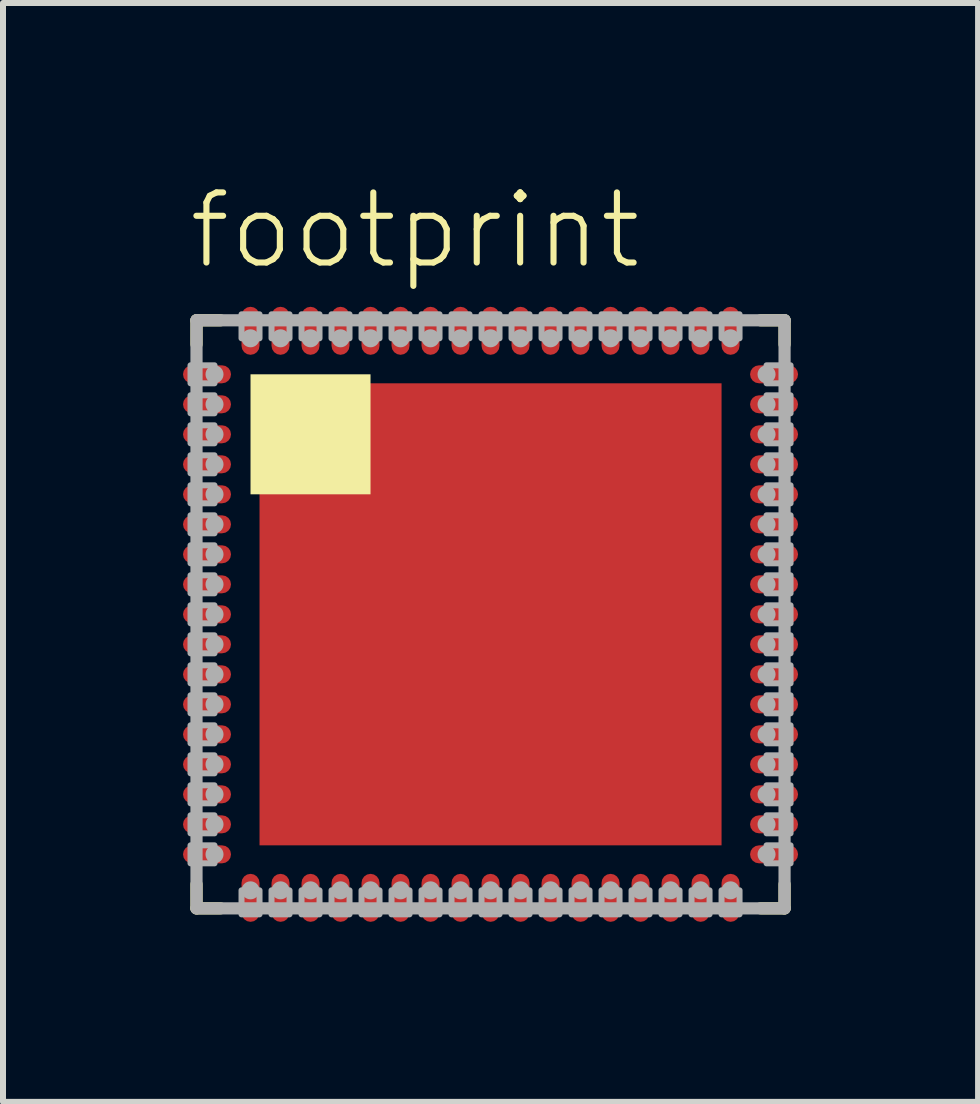
<source format=kicad_pcb>
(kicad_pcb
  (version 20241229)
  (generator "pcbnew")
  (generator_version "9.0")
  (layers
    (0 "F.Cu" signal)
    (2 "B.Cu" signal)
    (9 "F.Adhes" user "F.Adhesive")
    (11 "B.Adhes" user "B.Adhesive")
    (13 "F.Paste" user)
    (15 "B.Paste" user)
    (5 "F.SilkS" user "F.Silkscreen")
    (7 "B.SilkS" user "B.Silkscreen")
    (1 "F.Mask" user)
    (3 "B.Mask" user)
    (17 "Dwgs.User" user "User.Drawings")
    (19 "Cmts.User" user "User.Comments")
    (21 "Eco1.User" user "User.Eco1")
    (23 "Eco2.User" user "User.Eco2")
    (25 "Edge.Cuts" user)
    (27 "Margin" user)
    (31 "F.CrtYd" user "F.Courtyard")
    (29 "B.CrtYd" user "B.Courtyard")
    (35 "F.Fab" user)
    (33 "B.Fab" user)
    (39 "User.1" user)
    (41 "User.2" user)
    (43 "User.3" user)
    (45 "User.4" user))
  (footprint "footprint"
    (layer "F.Cu")
    (at 5.125 7.188)
    (property "Reference" "footprint" (at -5.08 -5.715 0) (layer "F.SilkS") (effects (font (size 1.168 1.168) (thickness 0.102)) (justify left bottom)))
    (fp_line (start -4.9 -4.9) (end -4.5 -4.9) (stroke (width 0.203) (type solid)) (layer "F.SilkS"))
    (fp_line (start -4.9 -4.5) (end -4.9 -4.9) (stroke (width 0.203) (type solid)) (layer "F.SilkS"))
    (fp_line (start -4.9 4.9) (end -4.9 4.5) (stroke (width 0.203) (type solid)) (layer "F.SilkS"))
    (fp_line (start -4.5 4.9) (end -4.9 4.9) (stroke (width 0.203) (type solid)) (layer "F.SilkS"))
    (fp_line (start 4.5 -4.9) (end 4.9 -4.9) (stroke (width 0.203) (type solid)) (layer "F.SilkS"))
    (fp_line (start 4.9 -4.9) (end 4.9 -4.5) (stroke (width 0.203) (type solid)) (layer "F.SilkS"))
    (fp_line (start 4.9 4.5) (end 4.9 4.9) (stroke (width 0.203) (type solid)) (layer "F.SilkS"))
    (fp_line (start 4.9 4.9) (end 4.5 4.9) (stroke (width 0.203) (type solid)) (layer "F.SilkS"))
    (fp_poly (pts (xy -4 -2) (xy -2 -2) (xy -2 -4) (xy -4 -4)) (stroke (width 0) (type solid)) (fill yes) (layer "F.SilkS"))
    (fp_line (start -4.9 -4.9) (end 4.9 -4.9) (stroke (width 0.203) (type solid)) (layer "F.Fab"))
    (fp_line (start -4.9 4.9) (end -4.9 -4.9) (stroke (width 0.203) (type solid)) (layer "F.Fab"))
    (fp_line (start 4.9 -4.9) (end 4.9 4.9) (stroke (width 0.203) (type solid)) (layer "F.Fab"))
    (fp_line (start 4.9 4.9) (end -4.9 4.9) (stroke (width 0.203) (type solid)) (layer "F.Fab"))
    (fp_circle (center -4.6 -4) (end -4.525 -4) (stroke (width 0.15) (type solid)) (fill no) (layer "F.Fab"))
    (fp_circle (center -4.6 -3.5) (end -4.525 -3.5) (stroke (width 0.15) (type solid)) (fill no) (layer "F.Fab"))
    (fp_circle (center -4.6 -3) (end -4.525 -3) (stroke (width 0.15) (type solid)) (fill no) (layer "F.Fab"))
    (fp_circle (center -4.6 -2.5) (end -4.525 -2.5) (stroke (width 0.15) (type solid)) (fill no) (layer "F.Fab"))
    (fp_circle (center -4.6 -2) (end -4.525 -2) (stroke (width 0.15) (type solid)) (fill no) (layer "F.Fab"))
    (fp_circle (center -4.6 -1.5) (end -4.525 -1.5) (stroke (width 0.15) (type solid)) (fill no) (layer "F.Fab"))
    (fp_circle (center -4.6 -1) (end -4.525 -1) (stroke (width 0.15) (type solid)) (fill no) (layer "F.Fab"))
    (fp_circle (center -4.6 -0.5) (end -4.525 -0.5) (stroke (width 0.15) (type solid)) (fill no) (layer "F.Fab"))
    (fp_circle (center -4.6 0) (end -4.525 0) (stroke (width 0.15) (type solid)) (fill no) (layer "F.Fab"))
    (fp_circle (center -4.6 0.5) (end -4.525 0.5) (stroke (width 0.15) (type solid)) (fill no) (layer "F.Fab"))
    (fp_circle (center -4.6 1) (end -4.525 1) (stroke (width 0.15) (type solid)) (fill no) (layer "F.Fab"))
    (fp_circle (center -4.6 1.5) (end -4.525 1.5) (stroke (width 0.15) (type solid)) (fill no) (layer "F.Fab"))
    (fp_circle (center -4.6 2) (end -4.525 2) (stroke (width 0.15) (type solid)) (fill no) (layer "F.Fab"))
    (fp_circle (center -4.6 2.5) (end -4.525 2.5) (stroke (width 0.15) (type solid)) (fill no) (layer "F.Fab"))
    (fp_circle (center -4.6 3) (end -4.525 3) (stroke (width 0.15) (type solid)) (fill no) (layer "F.Fab"))
    (fp_circle (center -4.6 3.5) (end -4.525 3.5) (stroke (width 0.15) (type solid)) (fill no) (layer "F.Fab"))
    (fp_circle (center -4.6 4) (end -4.525 4) (stroke (width 0.15) (type solid)) (fill no) (layer "F.Fab"))
    (fp_circle (center -4 -4.6) (end -3.925 -4.6) (stroke (width 0.15) (type solid)) (fill no) (layer "F.Fab"))
    (fp_circle (center -4 4.6) (end -3.925 4.6) (stroke (width 0.15) (type solid)) (fill no) (layer "F.Fab"))
    (fp_circle (center -3.5 -4.6) (end -3.425 -4.6) (stroke (width 0.15) (type solid)) (fill no) (layer "F.Fab"))
    (fp_circle (center -3.5 4.6) (end -3.425 4.6) (stroke (width 0.15) (type solid)) (fill no) (layer "F.Fab"))
    (fp_circle (center -3 -4.6) (end -2.925 -4.6) (stroke (width 0.15) (type solid)) (fill no) (layer "F.Fab"))
    (fp_circle (center -3 4.6) (end -2.925 4.6) (stroke (width 0.15) (type solid)) (fill no) (layer "F.Fab"))
    (fp_circle (center -2.5 -4.6) (end -2.425 -4.6) (stroke (width 0.15) (type solid)) (fill no) (layer "F.Fab"))
    (fp_circle (center -2.5 4.6) (end -2.425 4.6) (stroke (width 0.15) (type solid)) (fill no) (layer "F.Fab"))
    (fp_circle (center -2 -4.6) (end -1.925 -4.6) (stroke (width 0.15) (type solid)) (fill no) (layer "F.Fab"))
    (fp_circle (center -2 4.6) (end -1.925 4.6) (stroke (width 0.15) (type solid)) (fill no) (layer "F.Fab"))
    (fp_circle (center -1.5 -4.6) (end -1.425 -4.6) (stroke (width 0.15) (type solid)) (fill no) (layer "F.Fab"))
    (fp_circle (center -1.5 4.6) (end -1.425 4.6) (stroke (width 0.15) (type solid)) (fill no) (layer "F.Fab"))
    (fp_circle (center -1 -4.6) (end -0.925 -4.6) (stroke (width 0.15) (type solid)) (fill no) (layer "F.Fab"))
    (fp_circle (center -1 4.6) (end -0.925 4.6) (stroke (width 0.15) (type solid)) (fill no) (layer "F.Fab"))
    (fp_circle (center -0.5 -4.6) (end -0.425 -4.6) (stroke (width 0.15) (type solid)) (fill no) (layer "F.Fab"))
    (fp_circle (center -0.5 4.6) (end -0.425 4.6) (stroke (width 0.15) (type solid)) (fill no) (layer "F.Fab"))
    (fp_circle (center 0 -4.6) (end 0.075 -4.6) (stroke (width 0.15) (type solid)) (fill no) (layer "F.Fab"))
    (fp_circle (center 0 4.6) (end 0.075 4.6) (stroke (width 0.15) (type solid)) (fill no) (layer "F.Fab"))
    (fp_circle (center 0.5 -4.6) (end 0.575 -4.6) (stroke (width 0.15) (type solid)) (fill no) (layer "F.Fab"))
    (fp_circle (center 0.5 4.6) (end 0.575 4.6) (stroke (width 0.15) (type solid)) (fill no) (layer "F.Fab"))
    (fp_circle (center 1 -4.6) (end 1.075 -4.6) (stroke (width 0.15) (type solid)) (fill no) (layer "F.Fab"))
    (fp_circle (center 1 4.6) (end 1.075 4.6) (stroke (width 0.15) (type solid)) (fill no) (layer "F.Fab"))
    (fp_circle (center 1.5 -4.6) (end 1.575 -4.6) (stroke (width 0.15) (type solid)) (fill no) (layer "F.Fab"))
    (fp_circle (center 1.5 4.6) (end 1.575 4.6) (stroke (width 0.15) (type solid)) (fill no) (layer "F.Fab"))
    (fp_circle (center 2 -4.6) (end 2.075 -4.6) (stroke (width 0.15) (type solid)) (fill no) (layer "F.Fab"))
    (fp_circle (center 2 4.6) (end 2.075 4.6) (stroke (width 0.15) (type solid)) (fill no) (layer "F.Fab"))
    (fp_circle (center 2.5 -4.6) (end 2.575 -4.6) (stroke (width 0.15) (type solid)) (fill no) (layer "F.Fab"))
    (fp_circle (center 2.5 4.6) (end 2.575 4.6) (stroke (width 0.15) (type solid)) (fill no) (layer "F.Fab"))
    (fp_circle (center 3 -4.6) (end 3.075 -4.6) (stroke (width 0.15) (type solid)) (fill no) (layer "F.Fab"))
    (fp_circle (center 3 4.6) (end 3.075 4.6) (stroke (width 0.15) (type solid)) (fill no) (layer "F.Fab"))
    (fp_circle (center 3.5 -4.6) (end 3.575 -4.6) (stroke (width 0.15) (type solid)) (fill no) (layer "F.Fab"))
    (fp_circle (center 3.5 4.6) (end 3.575 4.6) (stroke (width 0.15) (type solid)) (fill no) (layer "F.Fab"))
    (fp_circle (center 4 -4.6) (end 4.075 -4.6) (stroke (width 0.15) (type solid)) (fill no) (layer "F.Fab"))
    (fp_circle (center 4 4.6) (end 4.075 4.6) (stroke (width 0.15) (type solid)) (fill no) (layer "F.Fab"))
    (fp_circle (center 4.6 -4) (end 4.675 -4) (stroke (width 0.15) (type solid)) (fill no) (layer "F.Fab"))
    (fp_circle (center 4.6 -3.5) (end 4.675 -3.5) (stroke (width 0.15) (type solid)) (fill no) (layer "F.Fab"))
    (fp_circle (center 4.6 -3) (end 4.675 -3) (stroke (width 0.15) (type solid)) (fill no) (layer "F.Fab"))
    (fp_circle (center 4.6 -2.5) (end 4.675 -2.5) (stroke (width 0.15) (type solid)) (fill no) (layer "F.Fab"))
    (fp_circle (center 4.6 -2) (end 4.675 -2) (stroke (width 0.15) (type solid)) (fill no) (layer "F.Fab"))
    (fp_circle (center 4.6 -1.5) (end 4.675 -1.5) (stroke (width 0.15) (type solid)) (fill no) (layer "F.Fab"))
    (fp_circle (center 4.6 -1) (end 4.675 -1) (stroke (width 0.15) (type solid)) (fill no) (layer "F.Fab"))
    (fp_circle (center 4.6 -0.5) (end 4.675 -0.5) (stroke (width 0.15) (type solid)) (fill no) (layer "F.Fab"))
    (fp_circle (center 4.6 0) (end 4.675 0) (stroke (width 0.15) (type solid)) (fill no) (layer "F.Fab"))
    (fp_circle (center 4.6 0.5) (end 4.675 0.5) (stroke (width 0.15) (type solid)) (fill no) (layer "F.Fab"))
    (fp_circle (center 4.6 1) (end 4.675 1) (stroke (width 0.15) (type solid)) (fill no) (layer "F.Fab"))
    (fp_circle (center 4.6 1.5) (end 4.675 1.5) (stroke (width 0.15) (type solid)) (fill no) (layer "F.Fab"))
    (fp_circle (center 4.6 2) (end 4.675 2) (stroke (width 0.15) (type solid)) (fill no) (layer "F.Fab"))
    (fp_circle (center 4.6 2.5) (end 4.675 2.5) (stroke (width 0.15) (type solid)) (fill no) (layer "F.Fab"))
    (fp_circle (center 4.6 3) (end 4.675 3) (stroke (width 0.15) (type solid)) (fill no) (layer "F.Fab"))
    (fp_circle (center 4.6 3.5) (end 4.675 3.5) (stroke (width 0.15) (type solid)) (fill no) (layer "F.Fab"))
    (fp_circle (center 4.6 4) (end 4.675 4) (stroke (width 0.15) (type solid)) (fill no) (layer "F.Fab"))
    (fp_poly (pts (xy -5 -3.85) (xy -4.6 -3.85) (xy -4.6 -4.15) (xy -5 -4.15)) (stroke (width 0.1) (type solid)) (fill no) (layer "F.Fab"))
    (fp_poly (pts (xy -5 -3.35) (xy -4.6 -3.35) (xy -4.6 -3.65) (xy -5 -3.65)) (stroke (width 0.1) (type solid)) (fill no) (layer "F.Fab"))
    (fp_poly (pts (xy -5 -2.85) (xy -4.6 -2.85) (xy -4.6 -3.15) (xy -5 -3.15)) (stroke (width 0.1) (type solid)) (fill no) (layer "F.Fab"))
    (fp_poly (pts (xy -5 -2.35) (xy -4.6 -2.35) (xy -4.6 -2.65) (xy -5 -2.65)) (stroke (width 0.1) (type solid)) (fill no) (layer "F.Fab"))
    (fp_poly (pts (xy -5 -1.85) (xy -4.6 -1.85) (xy -4.6 -2.15) (xy -5 -2.15)) (stroke (width 0.1) (type solid)) (fill no) (layer "F.Fab"))
    (fp_poly (pts (xy -5 -1.35) (xy -4.6 -1.35) (xy -4.6 -1.65) (xy -5 -1.65)) (stroke (width 0.1) (type solid)) (fill no) (layer "F.Fab"))
    (fp_poly (pts (xy -5 -0.85) (xy -4.6 -0.85) (xy -4.6 -1.15) (xy -5 -1.15)) (stroke (width 0.1) (type solid)) (fill no) (layer "F.Fab"))
    (fp_poly (pts (xy -5 -0.35) (xy -4.6 -0.35) (xy -4.6 -0.65) (xy -5 -0.65)) (stroke (width 0.1) (type solid)) (fill no) (layer "F.Fab"))
    (fp_poly (pts (xy -5 0.15) (xy -4.6 0.15) (xy -4.6 -0.15) (xy -5 -0.15)) (stroke (width 0.1) (type solid)) (fill no) (layer "F.Fab"))
    (fp_poly (pts (xy -5 0.65) (xy -4.6 0.65) (xy -4.6 0.35) (xy -5 0.35)) (stroke (width 0.1) (type solid)) (fill no) (layer "F.Fab"))
    (fp_poly (pts (xy -5 1.15) (xy -4.6 1.15) (xy -4.6 0.85) (xy -5 0.85)) (stroke (width 0.1) (type solid)) (fill no) (layer "F.Fab"))
    (fp_poly (pts (xy -5 1.65) (xy -4.6 1.65) (xy -4.6 1.35) (xy -5 1.35)) (stroke (width 0.1) (type solid)) (fill no) (layer "F.Fab"))
    (fp_poly (pts (xy -5 2.15) (xy -4.6 2.15) (xy -4.6 1.85) (xy -5 1.85)) (stroke (width 0.1) (type solid)) (fill no) (layer "F.Fab"))
    (fp_poly (pts (xy -5 2.65) (xy -4.6 2.65) (xy -4.6 2.35) (xy -5 2.35)) (stroke (width 0.1) (type solid)) (fill no) (layer "F.Fab"))
    (fp_poly (pts (xy -5 3.15) (xy -4.6 3.15) (xy -4.6 2.85) (xy -5 2.85)) (stroke (width 0.1) (type solid)) (fill no) (layer "F.Fab"))
    (fp_poly (pts (xy -5 3.65) (xy -4.6 3.65) (xy -4.6 3.35) (xy -5 3.35)) (stroke (width 0.1) (type solid)) (fill no) (layer "F.Fab"))
    (fp_poly (pts (xy -5 4.15) (xy -4.6 4.15) (xy -4.6 3.85) (xy -5 3.85)) (stroke (width 0.1) (type solid)) (fill no) (layer "F.Fab"))
    (fp_poly (pts (xy -4.15 -5) (xy -4.15 -4.6) (xy -3.85 -4.6) (xy -3.85 -5)) (stroke (width 0.1) (type solid)) (fill no) (layer "F.Fab"))
    (fp_poly (pts (xy -3.85 5) (xy -3.85 4.6) (xy -4.15 4.6) (xy -4.15 5)) (stroke (width 0.1) (type solid)) (fill no) (layer "F.Fab"))
    (fp_poly (pts (xy -3.65 -5) (xy -3.65 -4.6) (xy -3.35 -4.6) (xy -3.35 -5)) (stroke (width 0.1) (type solid)) (fill no) (layer "F.Fab"))
    (fp_poly (pts (xy -3.35 5) (xy -3.35 4.6) (xy -3.65 4.6) (xy -3.65 5)) (stroke (width 0.1) (type solid)) (fill no) (layer "F.Fab"))
    (fp_poly (pts (xy -3.15 -5) (xy -3.15 -4.6) (xy -2.85 -4.6) (xy -2.85 -5)) (stroke (width 0.1) (type solid)) (fill no) (layer "F.Fab"))
    (fp_poly (pts (xy -2.85 5) (xy -2.85 4.6) (xy -3.15 4.6) (xy -3.15 5)) (stroke (width 0.1) (type solid)) (fill no) (layer "F.Fab"))
    (fp_poly (pts (xy -2.65 -5) (xy -2.65 -4.6) (xy -2.35 -4.6) (xy -2.35 -5)) (stroke (width 0.1) (type solid)) (fill no) (layer "F.Fab"))
    (fp_poly (pts (xy -2.35 5) (xy -2.35 4.6) (xy -2.65 4.6) (xy -2.65 5)) (stroke (width 0.1) (type solid)) (fill no) (layer "F.Fab"))
    (fp_poly (pts (xy -2.15 -5) (xy -2.15 -4.6) (xy -1.85 -4.6) (xy -1.85 -5)) (stroke (width 0.1) (type solid)) (fill no) (layer "F.Fab"))
    (fp_poly (pts (xy -1.85 5) (xy -1.85 4.6) (xy -2.15 4.6) (xy -2.15 5)) (stroke (width 0.1) (type solid)) (fill no) (layer "F.Fab"))
    (fp_poly (pts (xy -1.65 -5) (xy -1.65 -4.6) (xy -1.35 -4.6) (xy -1.35 -5)) (stroke (width 0.1) (type solid)) (fill no) (layer "F.Fab"))
    (fp_poly (pts (xy -1.35 5) (xy -1.35 4.6) (xy -1.65 4.6) (xy -1.65 5)) (stroke (width 0.1) (type solid)) (fill no) (layer "F.Fab"))
    (fp_poly (pts (xy -1.15 -5) (xy -1.15 -4.6) (xy -0.85 -4.6) (xy -0.85 -5)) (stroke (width 0.1) (type solid)) (fill no) (layer "F.Fab"))
    (fp_poly (pts (xy -0.85 5) (xy -0.85 4.6) (xy -1.15 4.6) (xy -1.15 5)) (stroke (width 0.1) (type solid)) (fill no) (layer "F.Fab"))
    (fp_poly (pts (xy -0.65 -5) (xy -0.65 -4.6) (xy -0.35 -4.6) (xy -0.35 -5)) (stroke (width 0.1) (type solid)) (fill no) (layer "F.Fab"))
    (fp_poly (pts (xy -0.35 5) (xy -0.35 4.6) (xy -0.65 4.6) (xy -0.65 5)) (stroke (width 0.1) (type solid)) (fill no) (layer "F.Fab"))
    (fp_poly (pts (xy -0.15 -5) (xy -0.15 -4.6) (xy 0.15 -4.6) (xy 0.15 -5)) (stroke (width 0.1) (type solid)) (fill no) (layer "F.Fab"))
    (fp_poly (pts (xy 0.15 5) (xy 0.15 4.6) (xy -0.15 4.6) (xy -0.15 5)) (stroke (width 0.1) (type solid)) (fill no) (layer "F.Fab"))
    (fp_poly (pts (xy 0.35 -5) (xy 0.35 -4.6) (xy 0.65 -4.6) (xy 0.65 -5)) (stroke (width 0.1) (type solid)) (fill no) (layer "F.Fab"))
    (fp_poly (pts (xy 0.65 5) (xy 0.65 4.6) (xy 0.35 4.6) (xy 0.35 5)) (stroke (width 0.1) (type solid)) (fill no) (layer "F.Fab"))
    (fp_poly (pts (xy 0.85 -5) (xy 0.85 -4.6) (xy 1.15 -4.6) (xy 1.15 -5)) (stroke (width 0.1) (type solid)) (fill no) (layer "F.Fab"))
    (fp_poly (pts (xy 1.15 5) (xy 1.15 4.6) (xy 0.85 4.6) (xy 0.85 5)) (stroke (width 0.1) (type solid)) (fill no) (layer "F.Fab"))
    (fp_poly (pts (xy 1.35 -5) (xy 1.35 -4.6) (xy 1.65 -4.6) (xy 1.65 -5)) (stroke (width 0.1) (type solid)) (fill no) (layer "F.Fab"))
    (fp_poly (pts (xy 1.65 5) (xy 1.65 4.6) (xy 1.35 4.6) (xy 1.35 5)) (stroke (width 0.1) (type solid)) (fill no) (layer "F.Fab"))
    (fp_poly (pts (xy 1.85 -5) (xy 1.85 -4.6) (xy 2.15 -4.6) (xy 2.15 -5)) (stroke (width 0.1) (type solid)) (fill no) (layer "F.Fab"))
    (fp_poly (pts (xy 2.15 5) (xy 2.15 4.6) (xy 1.85 4.6) (xy 1.85 5)) (stroke (width 0.1) (type solid)) (fill no) (layer "F.Fab"))
    (fp_poly (pts (xy 2.35 -5) (xy 2.35 -4.6) (xy 2.65 -4.6) (xy 2.65 -5)) (stroke (width 0.1) (type solid)) (fill no) (layer "F.Fab"))
    (fp_poly (pts (xy 2.65 5) (xy 2.65 4.6) (xy 2.35 4.6) (xy 2.35 5)) (stroke (width 0.1) (type solid)) (fill no) (layer "F.Fab"))
    (fp_poly (pts (xy 2.85 -5) (xy 2.85 -4.6) (xy 3.15 -4.6) (xy 3.15 -5)) (stroke (width 0.1) (type solid)) (fill no) (layer "F.Fab"))
    (fp_poly (pts (xy 3.15 5) (xy 3.15 4.6) (xy 2.85 4.6) (xy 2.85 5)) (stroke (width 0.1) (type solid)) (fill no) (layer "F.Fab"))
    (fp_poly (pts (xy 3.35 -5) (xy 3.35 -4.6) (xy 3.65 -4.6) (xy 3.65 -5)) (stroke (width 0.1) (type solid)) (fill no) (layer "F.Fab"))
    (fp_poly (pts (xy 3.65 5) (xy 3.65 4.6) (xy 3.35 4.6) (xy 3.35 5)) (stroke (width 0.1) (type solid)) (fill no) (layer "F.Fab"))
    (fp_poly (pts (xy 3.85 -5) (xy 3.85 -4.6) (xy 4.15 -4.6) (xy 4.15 -5)) (stroke (width 0.1) (type solid)) (fill no) (layer "F.Fab"))
    (fp_poly (pts (xy 4.15 5) (xy 4.15 4.6) (xy 3.85 4.6) (xy 3.85 5)) (stroke (width 0.1) (type solid)) (fill no) (layer "F.Fab"))
    (fp_poly (pts (xy 5 -4.15) (xy 4.6 -4.15) (xy 4.6 -3.85) (xy 5 -3.85)) (stroke (width 0.1) (type solid)) (fill no) (layer "F.Fab"))
    (fp_poly (pts (xy 5 -3.65) (xy 4.6 -3.65) (xy 4.6 -3.35) (xy 5 -3.35)) (stroke (width 0.1) (type solid)) (fill no) (layer "F.Fab"))
    (fp_poly (pts (xy 5 -3.15) (xy 4.6 -3.15) (xy 4.6 -2.85) (xy 5 -2.85)) (stroke (width 0.1) (type solid)) (fill no) (layer "F.Fab"))
    (fp_poly (pts (xy 5 -2.65) (xy 4.6 -2.65) (xy 4.6 -2.35) (xy 5 -2.35)) (stroke (width 0.1) (type solid)) (fill no) (layer "F.Fab"))
    (fp_poly (pts (xy 5 -2.15) (xy 4.6 -2.15) (xy 4.6 -1.85) (xy 5 -1.85)) (stroke (width 0.1) (type solid)) (fill no) (layer "F.Fab"))
    (fp_poly (pts (xy 5 -1.65) (xy 4.6 -1.65) (xy 4.6 -1.35) (xy 5 -1.35)) (stroke (width 0.1) (type solid)) (fill no) (layer "F.Fab"))
    (fp_poly (pts (xy 5 -1.15) (xy 4.6 -1.15) (xy 4.6 -0.85) (xy 5 -0.85)) (stroke (width 0.1) (type solid)) (fill no) (layer "F.Fab"))
    (fp_poly (pts (xy 5 -0.65) (xy 4.6 -0.65) (xy 4.6 -0.35) (xy 5 -0.35)) (stroke (width 0.1) (type solid)) (fill no) (layer "F.Fab"))
    (fp_poly (pts (xy 5 -0.15) (xy 4.6 -0.15) (xy 4.6 0.15) (xy 5 0.15)) (stroke (width 0.1) (type solid)) (fill no) (layer "F.Fab"))
    (fp_poly (pts (xy 5 0.35) (xy 4.6 0.35) (xy 4.6 0.65) (xy 5 0.65)) (stroke (width 0.1) (type solid)) (fill no) (layer "F.Fab"))
    (fp_poly (pts (xy 5 0.85) (xy 4.6 0.85) (xy 4.6 1.15) (xy 5 1.15)) (stroke (width 0.1) (type solid)) (fill no) (layer "F.Fab"))
    (fp_poly (pts (xy 5 1.35) (xy 4.6 1.35) (xy 4.6 1.65) (xy 5 1.65)) (stroke (width 0.1) (type solid)) (fill no) (layer "F.Fab"))
    (fp_poly (pts (xy 5 1.85) (xy 4.6 1.85) (xy 4.6 2.15) (xy 5 2.15)) (stroke (width 0.1) (type solid)) (fill no) (layer "F.Fab"))
    (fp_poly (pts (xy 5 2.35) (xy 4.6 2.35) (xy 4.6 2.65) (xy 5 2.65)) (stroke (width 0.1) (type solid)) (fill no) (layer "F.Fab"))
    (fp_poly (pts (xy 5 2.85) (xy 4.6 2.85) (xy 4.6 3.15) (xy 5 3.15)) (stroke (width 0.1) (type solid)) (fill no) (layer "F.Fab"))
    (fp_poly (pts (xy 5 3.35) (xy 4.6 3.35) (xy 4.6 3.65) (xy 5 3.65)) (stroke (width 0.1) (type solid)) (fill no) (layer "F.Fab"))
    (fp_poly (pts (xy 5 3.85) (xy 4.6 3.85) (xy 4.6 4.15) (xy 5 4.15)) (stroke (width 0.1) (type solid)) (fill no) (layer "F.Fab"))
    (pad "1" smd roundrect (at -4.725 -4) (size 0.8 0.3) (layers "F.Cu" "F.Mask" "F.Paste") (roundrect_rratio 0.5))
    (pad "2" smd roundrect (at -4.725 -3.5) (size 0.8 0.3) (layers "F.Cu" "F.Mask" "F.Paste") (roundrect_rratio 0.5))
    (pad "3" smd roundrect (at -4.725 -3) (size 0.8 0.3) (layers "F.Cu" "F.Mask" "F.Paste") (roundrect_rratio 0.5))
    (pad "4" smd roundrect (at -4.725 -2.5) (size 0.8 0.3) (layers "F.Cu" "F.Mask" "F.Paste") (roundrect_rratio 0.5))
    (pad "5" smd roundrect (at -4.725 -2) (size 0.8 0.3) (layers "F.Cu" "F.Mask" "F.Paste") (roundrect_rratio 0.5))
    (pad "6" smd roundrect (at -4.725 -1.5) (size 0.8 0.3) (layers "F.Cu" "F.Mask" "F.Paste") (roundrect_rratio 0.5))
    (pad "7" smd roundrect (at -4.725 -1) (size 0.8 0.3) (layers "F.Cu" "F.Mask" "F.Paste") (roundrect_rratio 0.5))
    (pad "8" smd roundrect (at -4.725 -0.5) (size 0.8 0.3) (layers "F.Cu" "F.Mask" "F.Paste") (roundrect_rratio 0.5))
    (pad "9" smd roundrect (at -4.725 0) (size 0.8 0.3) (layers "F.Cu" "F.Mask" "F.Paste") (roundrect_rratio 0.5))
    (pad "10" smd roundrect (at -4.725 0.5) (size 0.8 0.3) (layers "F.Cu" "F.Mask" "F.Paste") (roundrect_rratio 0.5))
    (pad "11" smd roundrect (at -4.725 1) (size 0.8 0.3) (layers "F.Cu" "F.Mask" "F.Paste") (roundrect_rratio 0.5))
    (pad "12" smd roundrect (at -4.725 1.5) (size 0.8 0.3) (layers "F.Cu" "F.Mask" "F.Paste") (roundrect_rratio 0.5))
    (pad "13" smd roundrect (at -4.725 2) (size 0.8 0.3) (layers "F.Cu" "F.Mask" "F.Paste") (roundrect_rratio 0.5))
    (pad "14" smd roundrect (at -4.725 2.5) (size 0.8 0.3) (layers "F.Cu" "F.Mask" "F.Paste") (roundrect_rratio 0.5))
    (pad "15" smd roundrect (at -4.725 3) (size 0.8 0.3) (layers "F.Cu" "F.Mask" "F.Paste") (roundrect_rratio 0.5))
    (pad "16" smd roundrect (at -4.725 3.5) (size 0.8 0.3) (layers "F.Cu" "F.Mask" "F.Paste") (roundrect_rratio 0.5))
    (pad "17" smd roundrect (at -4.725 4) (size 0.8 0.3) (layers "F.Cu" "F.Mask" "F.Paste") (roundrect_rratio 0.5))
    (pad "18" smd roundrect (at -4 4.725 90) (size 0.8 0.3) (layers "F.Cu" "F.Mask" "F.Paste") (roundrect_rratio 0.5))
    (pad "19" smd roundrect (at -3.5 4.725 90) (size 0.8 0.3) (layers "F.Cu" "F.Mask" "F.Paste") (roundrect_rratio 0.5))
    (pad "20" smd roundrect (at -3 4.725 90) (size 0.8 0.3) (layers "F.Cu" "F.Mask" "F.Paste") (roundrect_rratio 0.5))
    (pad "21" smd roundrect (at -2.5 4.725 90) (size 0.8 0.3) (layers "F.Cu" "F.Mask" "F.Paste") (roundrect_rratio 0.5))
    (pad "22" smd roundrect (at -2 4.725 90) (size 0.8 0.3) (layers "F.Cu" "F.Mask" "F.Paste") (roundrect_rratio 0.5))
    (pad "23" smd roundrect (at -1.5 4.725 90) (size 0.8 0.3) (layers "F.Cu" "F.Mask" "F.Paste") (roundrect_rratio 0.5))
    (pad "24" smd roundrect (at -1 4.725 90) (size 0.8 0.3) (layers "F.Cu" "F.Mask" "F.Paste") (roundrect_rratio 0.5))
    (pad "25" smd roundrect (at -0.5 4.725 90) (size 0.8 0.3) (layers "F.Cu" "F.Mask" "F.Paste") (roundrect_rratio 0.5))
    (pad "26" smd roundrect (at 0 4.725 90) (size 0.8 0.3) (layers "F.Cu" "F.Mask" "F.Paste") (roundrect_rratio 0.5))
    (pad "27" smd roundrect (at 0.5 4.725 90) (size 0.8 0.3) (layers "F.Cu" "F.Mask" "F.Paste") (roundrect_rratio 0.5))
    (pad "28" smd roundrect (at 1 4.725 90) (size 0.8 0.3) (layers "F.Cu" "F.Mask" "F.Paste") (roundrect_rratio 0.5))
    (pad "29" smd roundrect (at 1.5 4.725 90) (size 0.8 0.3) (layers "F.Cu" "F.Mask" "F.Paste") (roundrect_rratio 0.5))
    (pad "30" smd roundrect (at 2 4.725 90) (size 0.8 0.3) (layers "F.Cu" "F.Mask" "F.Paste") (roundrect_rratio 0.5))
    (pad "31" smd roundrect (at 2.5 4.725 90) (size 0.8 0.3) (layers "F.Cu" "F.Mask" "F.Paste") (roundrect_rratio 0.5))
    (pad "32" smd roundrect (at 3 4.725 90) (size 0.8 0.3) (layers "F.Cu" "F.Mask" "F.Paste") (roundrect_rratio 0.5))
    (pad "33" smd roundrect (at 3.5 4.725 90) (size 0.8 0.3) (layers "F.Cu" "F.Mask" "F.Paste") (roundrect_rratio 0.5))
    (pad "34" smd roundrect (at 4 4.725 90) (size 0.8 0.3) (layers "F.Cu" "F.Mask" "F.Paste") (roundrect_rratio 0.5))
    (pad "35" smd roundrect (at 4.725 4 180) (size 0.8 0.3) (layers "F.Cu" "F.Mask" "F.Paste") (roundrect_rratio 0.5))
    (pad "36" smd roundrect (at 4.725 3.5 180) (size 0.8 0.3) (layers "F.Cu" "F.Mask" "F.Paste") (roundrect_rratio 0.5))
    (pad "37" smd roundrect (at 4.725 3 180) (size 0.8 0.3) (layers "F.Cu" "F.Mask" "F.Paste") (roundrect_rratio 0.5))
    (pad "38" smd roundrect (at 4.725 2.5 180) (size 0.8 0.3) (layers "F.Cu" "F.Mask" "F.Paste") (roundrect_rratio 0.5))
    (pad "39" smd roundrect (at 4.725 2 180) (size 0.8 0.3) (layers "F.Cu" "F.Mask" "F.Paste") (roundrect_rratio 0.5))
    (pad "40" smd roundrect (at 4.725 1.5 180) (size 0.8 0.3) (layers "F.Cu" "F.Mask" "F.Paste") (roundrect_rratio 0.5))
    (pad "41" smd roundrect (at 4.725 1 180) (size 0.8 0.3) (layers "F.Cu" "F.Mask" "F.Paste") (roundrect_rratio 0.5))
    (pad "42" smd roundrect (at 4.725 0.5 180) (size 0.8 0.3) (layers "F.Cu" "F.Mask" "F.Paste") (roundrect_rratio 0.5))
    (pad "43" smd roundrect (at 4.725 0 180) (size 0.8 0.3) (layers "F.Cu" "F.Mask" "F.Paste") (roundrect_rratio 0.5))
    (pad "44" smd roundrect (at 4.725 -0.5 180) (size 0.8 0.3) (layers "F.Cu" "F.Mask" "F.Paste") (roundrect_rratio 0.5))
    (pad "45" smd roundrect (at 4.725 -1 180) (size 0.8 0.3) (layers "F.Cu" "F.Mask" "F.Paste") (roundrect_rratio 0.5))
    (pad "46" smd roundrect (at 4.725 -1.5 180) (size 0.8 0.3) (layers "F.Cu" "F.Mask" "F.Paste") (roundrect_rratio 0.5))
    (pad "47" smd roundrect (at 4.725 -2 180) (size 0.8 0.3) (layers "F.Cu" "F.Mask" "F.Paste") (roundrect_rratio 0.5))
    (pad "48" smd roundrect (at 4.725 -2.5 180) (size 0.8 0.3) (layers "F.Cu" "F.Mask" "F.Paste") (roundrect_rratio 0.5))
    (pad "49" smd roundrect (at 4.725 -3 180) (size 0.8 0.3) (layers "F.Cu" "F.Mask" "F.Paste") (roundrect_rratio 0.5))
    (pad "50" smd roundrect (at 4.725 -3.5 180) (size 0.8 0.3) (layers "F.Cu" "F.Mask" "F.Paste") (roundrect_rratio 0.5))
    (pad "51" smd roundrect (at 4.725 -4 180) (size 0.8 0.3) (layers "F.Cu" "F.Mask" "F.Paste") (roundrect_rratio 0.5))
    (pad "52" smd roundrect (at 4 -4.725 270) (size 0.8 0.3) (layers "F.Cu" "F.Mask" "F.Paste") (roundrect_rratio 0.5))
    (pad "53" smd roundrect (at 3.5 -4.725 270) (size 0.8 0.3) (layers "F.Cu" "F.Mask" "F.Paste") (roundrect_rratio 0.5))
    (pad "54" smd roundrect (at 3 -4.725 270) (size 0.8 0.3) (layers "F.Cu" "F.Mask" "F.Paste") (roundrect_rratio 0.5))
    (pad "55" smd roundrect (at 2.5 -4.725 270) (size 0.8 0.3) (layers "F.Cu" "F.Mask" "F.Paste") (roundrect_rratio 0.5))
    (pad "56" smd roundrect (at 2 -4.725 270) (size 0.8 0.3) (layers "F.Cu" "F.Mask" "F.Paste") (roundrect_rratio 0.5))
    (pad "57" smd roundrect (at 1.5 -4.725 270) (size 0.8 0.3) (layers "F.Cu" "F.Mask" "F.Paste") (roundrect_rratio 0.5))
    (pad "58" smd roundrect (at 1 -4.725 270) (size 0.8 0.3) (layers "F.Cu" "F.Mask" "F.Paste") (roundrect_rratio 0.5))
    (pad "59" smd roundrect (at 0.5 -4.725 270) (size 0.8 0.3) (layers "F.Cu" "F.Mask" "F.Paste") (roundrect_rratio 0.5))
    (pad "60" smd roundrect (at 0 -4.725 270) (size 0.8 0.3) (layers "F.Cu" "F.Mask" "F.Paste") (roundrect_rratio 0.5))
    (pad "61" smd roundrect (at -0.5 -4.725 270) (size 0.8 0.3) (layers "F.Cu" "F.Mask" "F.Paste") (roundrect_rratio 0.5))
    (pad "62" smd roundrect (at -1 -4.725 270) (size 0.8 0.3) (layers "F.Cu" "F.Mask" "F.Paste") (roundrect_rratio 0.5))
    (pad "63" smd roundrect (at -1.5 -4.725 270) (size 0.8 0.3) (layers "F.Cu" "F.Mask" "F.Paste") (roundrect_rratio 0.5))
    (pad "64" smd roundrect (at -2 -4.725 270) (size 0.8 0.3) (layers "F.Cu" "F.Mask" "F.Paste") (roundrect_rratio 0.5))
    (pad "65" smd roundrect (at -2.5 -4.725 270) (size 0.8 0.3) (layers "F.Cu" "F.Mask" "F.Paste") (roundrect_rratio 0.5))
    (pad "66" smd roundrect (at -3 -4.725 270) (size 0.8 0.3) (layers "F.Cu" "F.Mask" "F.Paste") (roundrect_rratio 0.5))
    (pad "67" smd roundrect (at -3.5 -4.725 270) (size 0.8 0.3) (layers "F.Cu" "F.Mask" "F.Paste") (roundrect_rratio 0.5))
    (pad "68" smd roundrect (at -4 -4.725 270) (size 0.8 0.3) (layers "F.Cu" "F.Mask" "F.Paste") (roundrect_rratio 0.5))
    (pad "TH" smd rect (at 0 0) (size 7.7 7.7) (layers "F.Cu" "F.Mask" "F.Paste")))
  (gr_rect
    (start -3 -3)
    (end 13.25 15.313)
    (stroke (width 0.1) (type default))
    (fill no)
    (layer "Edge.Cuts")))
</source>
